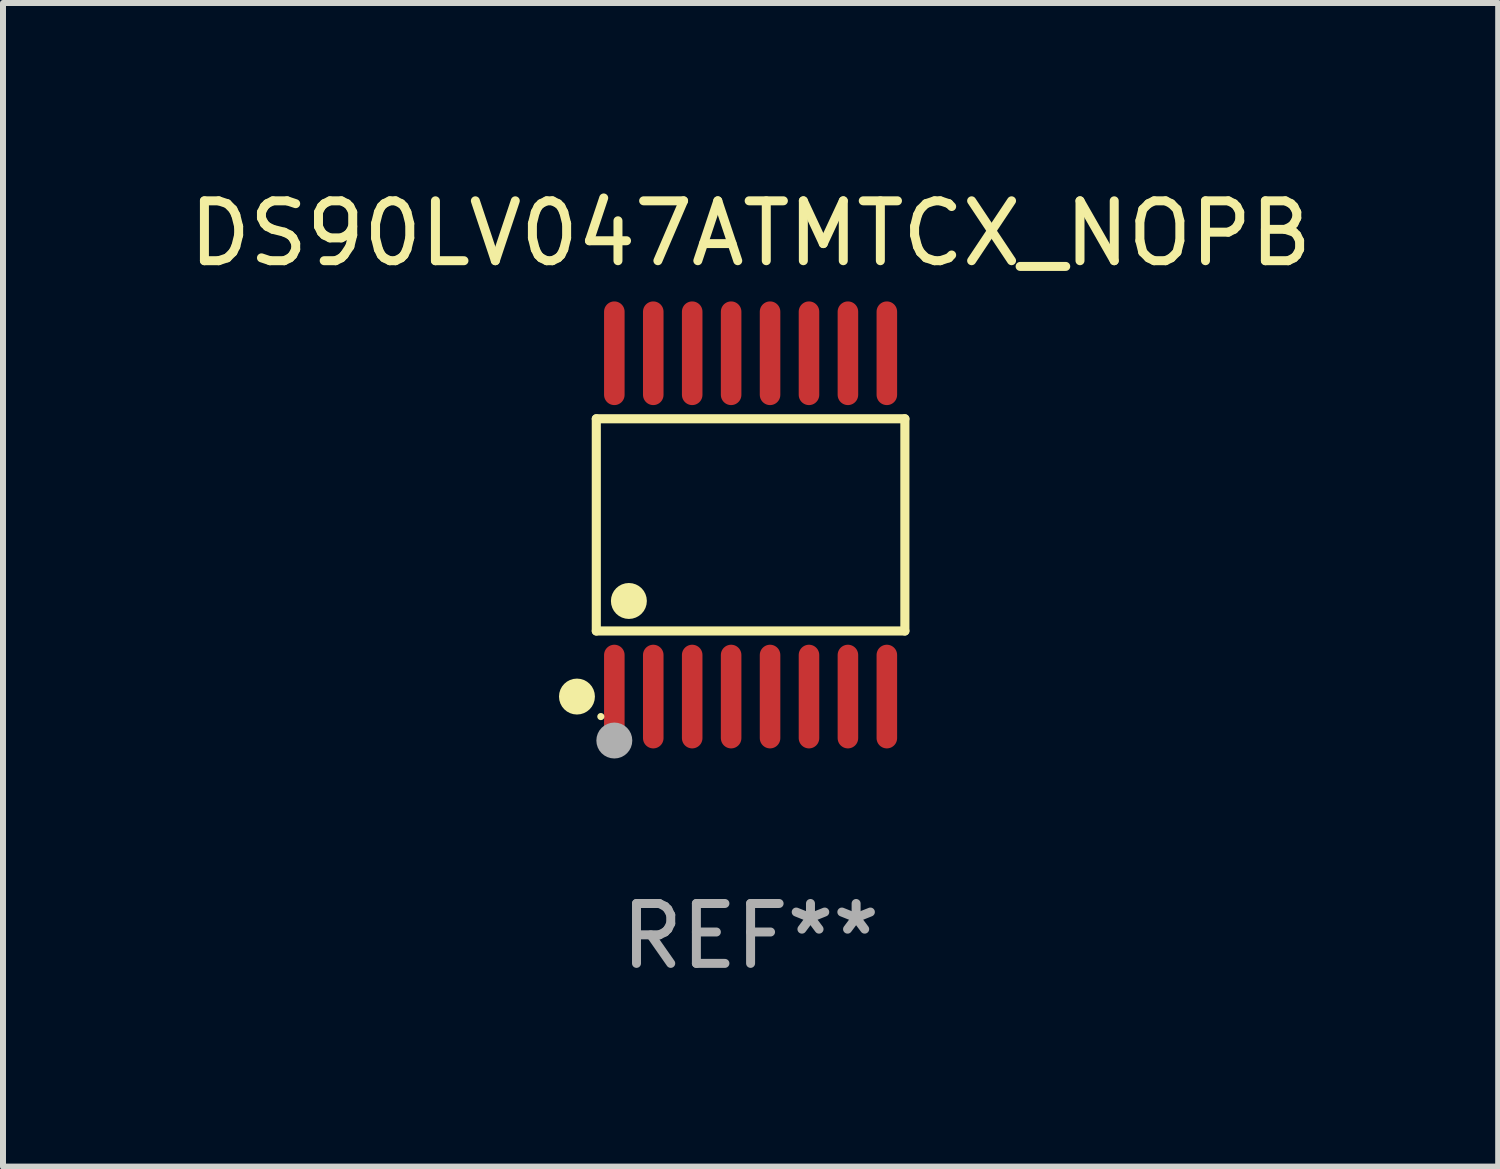
<source format=kicad_pcb>
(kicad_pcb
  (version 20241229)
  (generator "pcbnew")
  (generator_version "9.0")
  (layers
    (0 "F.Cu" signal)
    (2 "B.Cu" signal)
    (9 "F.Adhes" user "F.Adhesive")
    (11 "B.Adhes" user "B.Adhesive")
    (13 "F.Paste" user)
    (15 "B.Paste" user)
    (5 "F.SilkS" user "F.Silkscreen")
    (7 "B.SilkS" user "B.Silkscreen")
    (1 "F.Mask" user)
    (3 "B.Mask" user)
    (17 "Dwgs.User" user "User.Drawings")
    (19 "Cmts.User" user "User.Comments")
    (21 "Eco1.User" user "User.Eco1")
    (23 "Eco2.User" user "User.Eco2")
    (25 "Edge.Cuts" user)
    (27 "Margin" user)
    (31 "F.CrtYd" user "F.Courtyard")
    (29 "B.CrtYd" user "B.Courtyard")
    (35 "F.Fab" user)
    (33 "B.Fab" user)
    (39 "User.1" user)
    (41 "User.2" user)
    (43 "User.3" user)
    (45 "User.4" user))
  (footprint "DS90LV047ATMTCX_NOPB"
    (layer "F.Cu")
    (at 9.482 5.714)
    (property "Reference" "DS90LV047ATMTCX_NOPB" (at 0 -4.866 0) (layer "F.SilkS") (effects (font (size 1 1) (thickness 0.15))))
    (attr through_hole)
    (fp_line (start -2.576 -1.772) (end 2.576 -1.772) (stroke (width 0.152) (type solid)) (layer "F.SilkS"))
    (fp_line (start -2.576 1.771) (end -2.576 -1.772) (stroke (width 0.152) (type solid)) (layer "F.SilkS"))
    (fp_line (start 2.576 -1.772) (end 2.576 1.771) (stroke (width 0.152) (type solid)) (layer "F.SilkS"))
    (fp_line (start 2.576 1.771) (end -2.576 1.771) (stroke (width 0.152) (type solid)) (layer "F.SilkS"))
    (fp_circle (center -2.899 2.866) (end -2.749 2.866) (stroke (width 0.3) (type solid)) (fill no) (layer "F.SilkS"))
    (fp_circle (center -2.5 3.2) (end -2.47 3.2) (stroke (width 0.06) (type solid)) (fill no) (layer "F.SilkS"))
    (fp_circle (center -2.032 1.27) (end -1.882 1.27) (stroke (width 0.3) (type solid)) (fill no) (layer "F.SilkS"))
    (fp_circle (center -2.275 3.6) (end -2.125 3.6) (stroke (width 0.3) (type solid)) (fill no) (layer "F.Fab"))
    (fp_text user "REF**" (at 0 6.866 0) (layer "F.Fab") (effects (font (size 1 1) (thickness 0.15))))
    (pad "1" smd oval (at -2.275 2.866) (size 0.343 1.731) (layers "F.Cu" "F.Mask" "F.Paste"))
    (pad "2" smd oval (at -1.625 2.866) (size 0.343 1.731) (layers "F.Cu" "F.Mask" "F.Paste"))
    (pad "3" smd oval (at -0.975 2.866) (size 0.343 1.731) (layers "F.Cu" "F.Mask" "F.Paste"))
    (pad "4" smd oval (at -0.325 2.866) (size 0.343 1.731) (layers "F.Cu" "F.Mask" "F.Paste"))
    (pad "5" smd oval (at 0.325 2.866) (size 0.343 1.731) (layers "F.Cu" "F.Mask" "F.Paste"))
    (pad "6" smd oval (at 0.975 2.866) (size 0.343 1.731) (layers "F.Cu" "F.Mask" "F.Paste"))
    (pad "7" smd oval (at 1.625 2.866) (size 0.343 1.731) (layers "F.Cu" "F.Mask" "F.Paste"))
    (pad "8" smd oval (at 2.275 2.866) (size 0.343 1.731) (layers "F.Cu" "F.Mask" "F.Paste"))
    (pad "9" smd oval (at 2.275 -2.866) (size 0.343 1.731) (layers "F.Cu" "F.Mask" "F.Paste"))
    (pad "10" smd oval (at 1.625 -2.866) (size 0.343 1.731) (layers "F.Cu" "F.Mask" "F.Paste"))
    (pad "11" smd oval (at 0.975 -2.866) (size 0.343 1.731) (layers "F.Cu" "F.Mask" "F.Paste"))
    (pad "12" smd oval (at 0.325 -2.866) (size 0.343 1.731) (layers "F.Cu" "F.Mask" "F.Paste"))
    (pad "13" smd oval (at -0.325 -2.866) (size 0.343 1.731) (layers "F.Cu" "F.Mask" "F.Paste"))
    (pad "14" smd oval (at -0.975 -2.866) (size 0.343 1.731) (layers "F.Cu" "F.Mask" "F.Paste"))
    (pad "15" smd oval (at -1.625 -2.866) (size 0.343 1.731) (layers "F.Cu" "F.Mask" "F.Paste"))
    (pad "16" smd oval (at -2.275 -2.866) (size 0.343 1.731) (layers "F.Cu" "F.Mask" "F.Paste")))
  (gr_rect
    (start -3 -3)
    (end 21.964 16.428)
    (stroke (width 0.1) (type default))
    (fill no)
    (layer "Edge.Cuts")))
</source>
